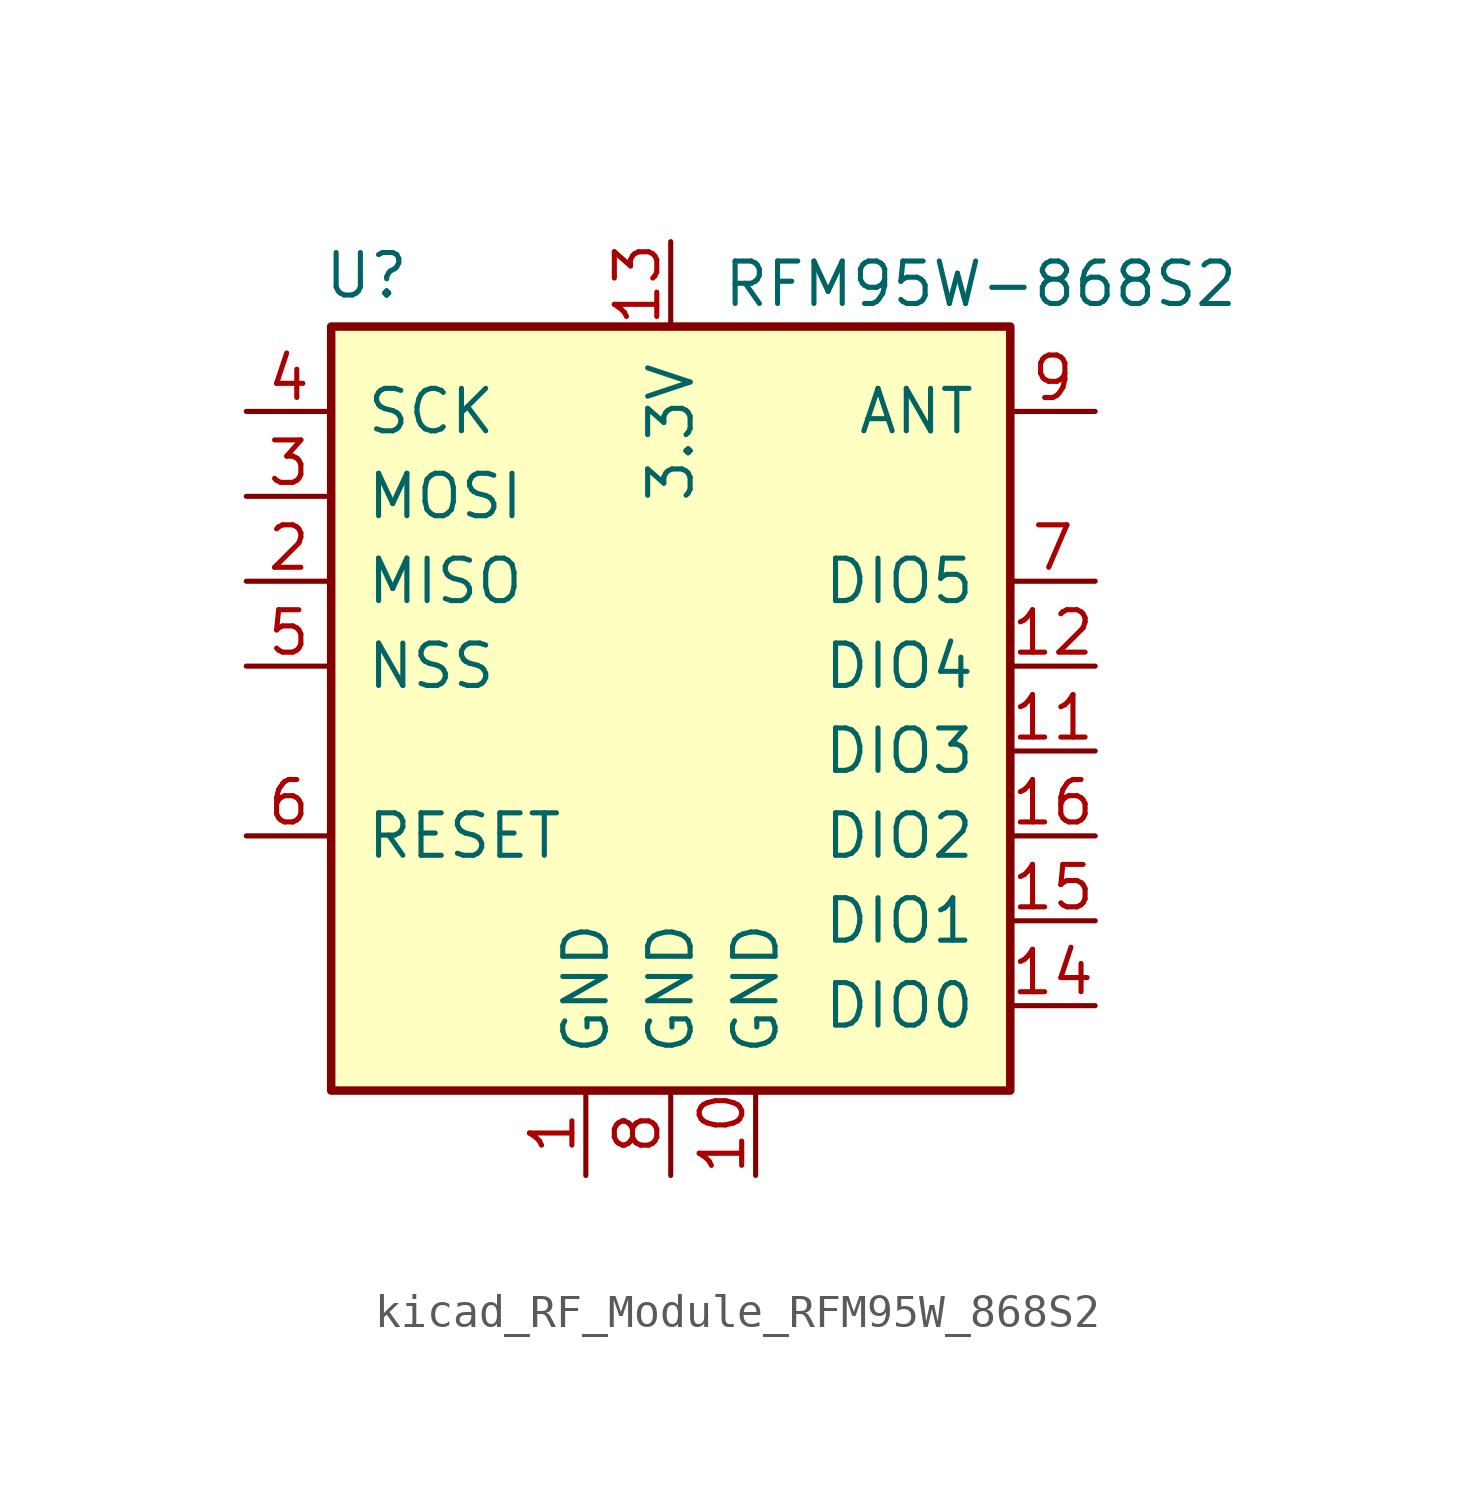
<source format=kicad_sym>
(kicad_symbol_lib
  (version 20220914)
  (generator kicad_symbol_editor)
  (symbol "kicad_RF_Module_RFM95W_868S2"
    (pin_names
      (offset 1.016))
    (property "Reference" "U"
      (at -10.414 11.684 0)
      (effects (font (size 1.27 1.27)) (justify left)))
    (property "Value" "RFM95W-868S2"
      (at 1.524 11.43 0)
      (effects (font (size 1.27 1.27)) (justify left)))
    (symbol "kicad_RF_Module_RFM95W_868S2_0_1"
      (rectangle (start -10.16 10.16) (end 10.16 -12.7) (stroke (width 0.254) (type default)) (fill (type background))))
    (symbol "kicad_RF_Module_RFM95W_868S2_1_1"
      (pin power_in line (at -2.54 -15.24 90) (length 2.54) (name "GND" (effects (font (size 1.27 1.27)))) (number "1" (effects (font (size 1.27 1.27)))))
      (pin power_in line (at 2.54 -15.24 90) (length 2.54) (name "GND" (effects (font (size 1.27 1.27)))) (number "10" (effects (font (size 1.27 1.27)))))
      (pin bidirectional line (at 12.7 -2.54 180) (length 2.54) (name "DIO3" (effects (font (size 1.27 1.27)))) (number "11" (effects (font (size 1.27 1.27)))))
      (pin bidirectional line (at 12.7 0 180) (length 2.54) (name "DIO4" (effects (font (size 1.27 1.27)))) (number "12" (effects (font (size 1.27 1.27)))))
      (pin power_in line (at 0 12.7 270) (length 2.54) (name "3.3V" (effects (font (size 1.27 1.27)))) (number "13" (effects (font (size 1.27 1.27)))))
      (pin bidirectional line (at 12.7 -10.16 180) (length 2.54) (name "DIO0" (effects (font (size 1.27 1.27)))) (number "14" (effects (font (size 1.27 1.27)))))
      (pin bidirectional line (at 12.7 -7.62 180) (length 2.54) (name "DIO1" (effects (font (size 1.27 1.27)))) (number "15" (effects (font (size 1.27 1.27)))))
      (pin bidirectional line (at 12.7 -5.08 180) (length 2.54) (name "DIO2" (effects (font (size 1.27 1.27)))) (number "16" (effects (font (size 1.27 1.27)))))
      (pin output line (at -12.7 2.54 0) (length 2.54) (name "MISO" (effects (font (size 1.27 1.27)))) (number "2" (effects (font (size 1.27 1.27)))))
      (pin input line (at -12.7 5.08 0) (length 2.54) (name "MOSI" (effects (font (size 1.27 1.27)))) (number "3" (effects (font (size 1.27 1.27)))))
      (pin input line (at -12.7 7.62 0) (length 2.54) (name "SCK" (effects (font (size 1.27 1.27)))) (number "4" (effects (font (size 1.27 1.27)))))
      (pin input line (at -12.7 0 0) (length 2.54) (name "NSS" (effects (font (size 1.27 1.27)))) (number "5" (effects (font (size 1.27 1.27)))))
      (pin bidirectional line (at -12.7 -5.08 0) (length 2.54) (name "RESET" (effects (font (size 1.27 1.27)))) (number "6" (effects (font (size 1.27 1.27)))))
      (pin bidirectional line (at 12.7 2.54 180) (length 2.54) (name "DIO5" (effects (font (size 1.27 1.27)))) (number "7" (effects (font (size 1.27 1.27)))))
      (pin power_in line (at 0 -15.24 90) (length 2.54) (name "GND" (effects (font (size 1.27 1.27)))) (number "8" (effects (font (size 1.27 1.27)))))
      (pin bidirectional line (at 12.7 7.62 180) (length 2.54) (name "ANT" (effects (font (size 1.27 1.27)))) (number "9" (effects (font (size 1.27 1.27))))))))
</source>
